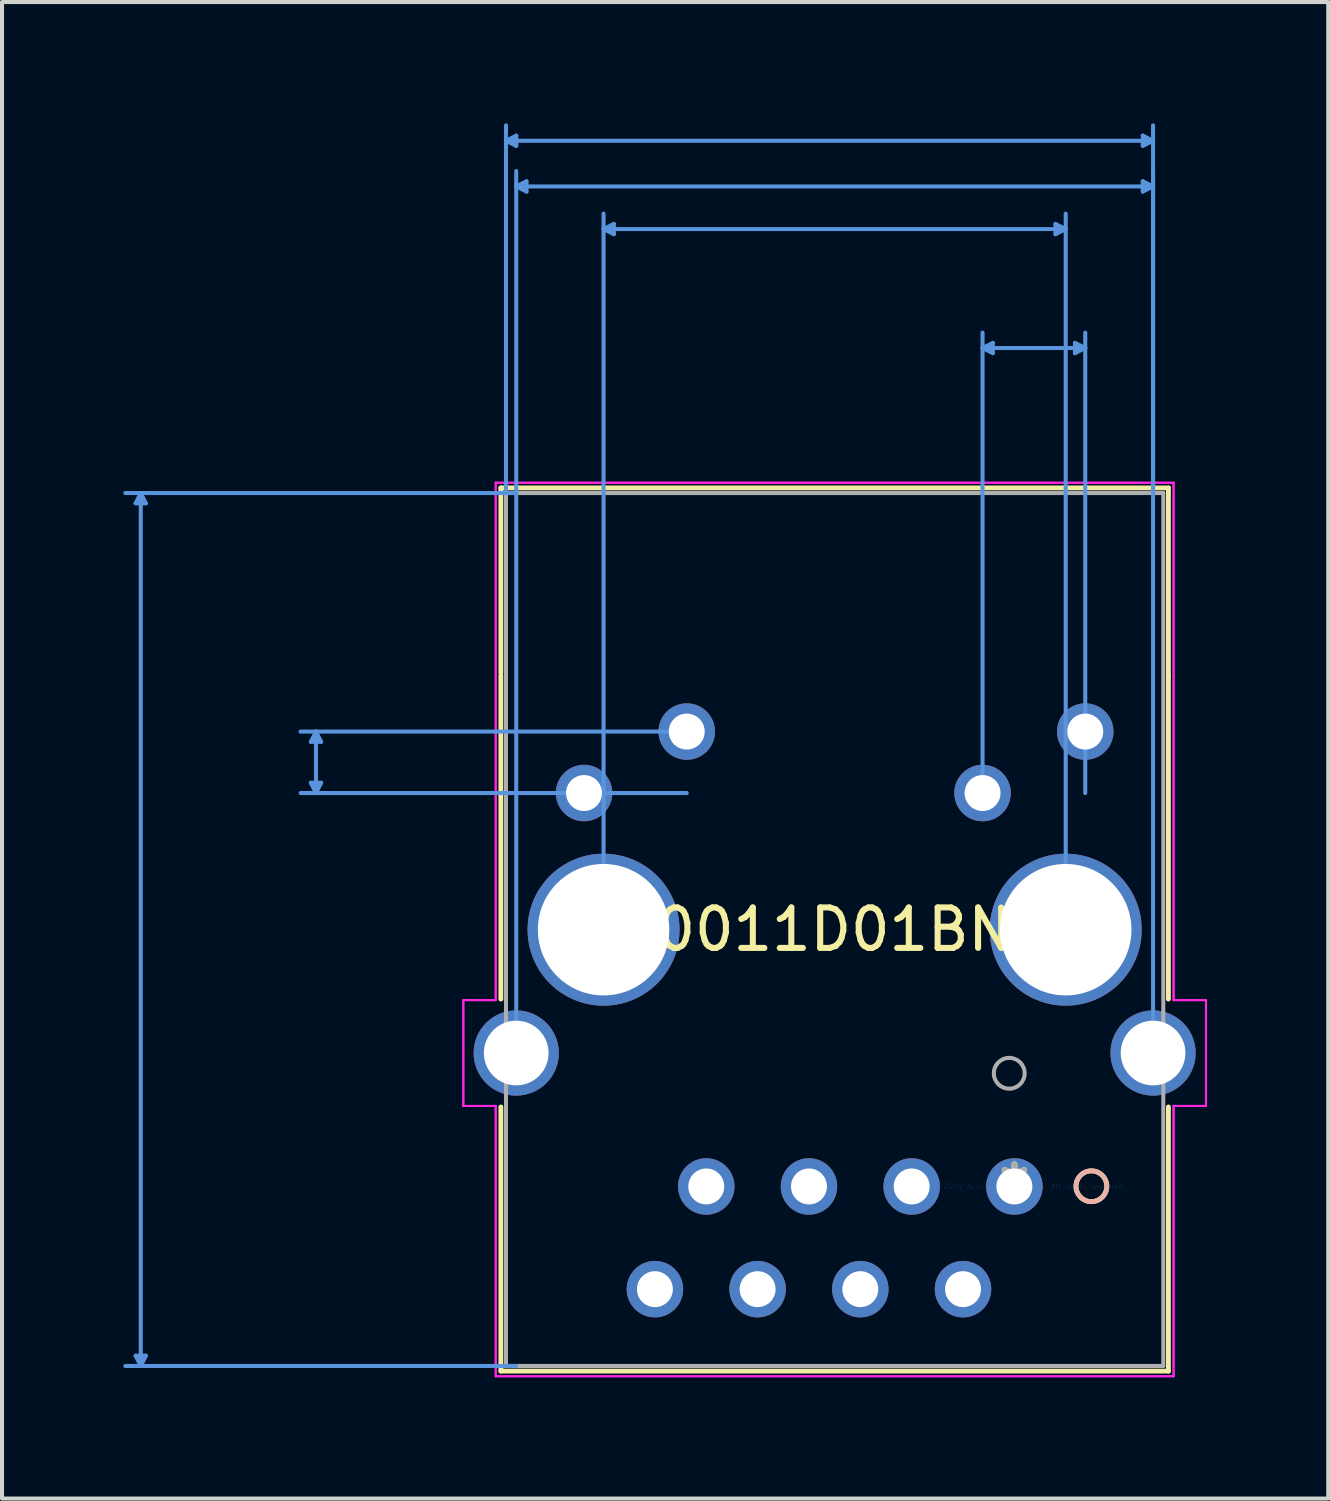
<source format=kicad_pcb>
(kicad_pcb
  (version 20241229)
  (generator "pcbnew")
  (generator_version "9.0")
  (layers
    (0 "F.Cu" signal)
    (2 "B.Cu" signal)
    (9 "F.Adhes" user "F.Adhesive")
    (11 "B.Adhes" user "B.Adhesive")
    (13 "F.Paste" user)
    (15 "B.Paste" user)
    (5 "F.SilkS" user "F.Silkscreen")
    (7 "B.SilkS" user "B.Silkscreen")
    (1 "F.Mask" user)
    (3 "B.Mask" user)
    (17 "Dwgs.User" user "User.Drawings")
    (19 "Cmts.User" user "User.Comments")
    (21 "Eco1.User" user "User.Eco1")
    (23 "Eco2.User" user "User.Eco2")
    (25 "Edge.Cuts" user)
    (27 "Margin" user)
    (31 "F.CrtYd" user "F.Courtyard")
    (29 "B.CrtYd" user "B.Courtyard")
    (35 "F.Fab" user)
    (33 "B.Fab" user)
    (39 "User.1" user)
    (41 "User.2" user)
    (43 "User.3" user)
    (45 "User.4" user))
  (footprint "J0011D01BNL"
    (layer "F.Cu")
    (at 22.037 26.293)
    (property "Reference" "J0011D01BNL" (at -4.445 -6.355 0) (layer "F.SilkS") (effects (font (size 1 1) (thickness 0.15))))
    (attr through_hole)
    (fp_line (start -12.7 -17.277) (end -12.7 -12.7) (stroke (width 0.12) (type solid)) (layer "F.SilkS"))
    (fp_line (start -12.7 -12.641) (end -12.7 -4.634) (stroke (width 0.12) (type solid)) (layer "F.SilkS"))
    (fp_line (start -12.7 -1.966) (end -12.7 4.567) (stroke (width 0.12) (type solid)) (layer "F.SilkS"))
    (fp_line (start -12.7 4.567) (end 3.81 4.567) (stroke (width 0.12) (type solid)) (layer "F.SilkS"))
    (fp_line (start 3.81 -17.277) (end -12.7 -17.277) (stroke (width 0.12) (type solid)) (layer "F.SilkS"))
    (fp_line (start 3.81 -12.641) (end 3.81 -17.277) (stroke (width 0.12) (type solid)) (layer "F.SilkS"))
    (fp_line (start 3.81 -4.634) (end 3.81 -12.641) (stroke (width 0.12) (type solid)) (layer "F.SilkS"))
    (fp_line (start 3.81 4.567) (end 3.81 -1.966) (stroke (width 0.12) (type solid)) (layer "F.SilkS"))
    (fp_circle (center 1.905 -0.005) (end 2.286 -0.005) (stroke (width 0.12) (type solid)) (fill no) (layer "F.SilkS"))
    (fp_circle (center 1.905 -0.005) (end 2.286 -0.005) (stroke (width 0.12) (type solid)) (fill no) (layer "B.SilkS"))
    (fp_line (start -21.733 4.186) (end -21.606 4.44) (stroke (width 0.1) (type solid)) (layer "Cmts.User"))
    (fp_line (start -21.733 -16.896) (end -21.606 -17.15) (stroke (width 0.1) (type solid)) (layer "Cmts.User"))
    (fp_line (start -21.733 -16.896) (end -21.479 -16.896) (stroke (width 0.1) (type solid)) (layer "Cmts.User"))
    (fp_line (start -21.606 4.44) (end -21.606 -17.15) (stroke (width 0.1) (type solid)) (layer "Cmts.User"))
    (fp_line (start -21.479 4.186) (end -21.733 4.186) (stroke (width 0.1) (type solid)) (layer "Cmts.User"))
    (fp_line (start -21.479 4.186) (end -21.606 4.44) (stroke (width 0.1) (type solid)) (layer "Cmts.User"))
    (fp_line (start -21.479 -16.896) (end -21.606 -17.15) (stroke (width 0.1) (type solid)) (layer "Cmts.User"))
    (fp_line (start -17.399 -9.984) (end -17.272 -9.73) (stroke (width 0.1) (type solid)) (layer "Cmts.User"))
    (fp_line (start -17.399 -10.996) (end -17.272 -11.25) (stroke (width 0.1) (type solid)) (layer "Cmts.User"))
    (fp_line (start -17.399 -10.996) (end -17.145 -10.996) (stroke (width 0.1) (type solid)) (layer "Cmts.User"))
    (fp_line (start -17.272 -9.73) (end -17.272 -11.25) (stroke (width 0.1) (type solid)) (layer "Cmts.User"))
    (fp_line (start -17.145 -9.984) (end -17.399 -9.984) (stroke (width 0.1) (type solid)) (layer "Cmts.User"))
    (fp_line (start -17.145 -9.984) (end -17.272 -9.73) (stroke (width 0.1) (type solid)) (layer "Cmts.User"))
    (fp_line (start -17.145 -10.996) (end -17.272 -11.25) (stroke (width 0.1) (type solid)) (layer "Cmts.User"))
    (fp_line (start -12.573 -25.862) (end 3.43 -25.862) (stroke (width 0.1) (type solid)) (layer "Cmts.User"))
    (fp_line (start -12.573 -17.15) (end -12.573 -26.243) (stroke (width 0.1) (type solid)) (layer "Cmts.User"))
    (fp_line (start -12.32 -24.732) (end 3.43 -24.732) (stroke (width 0.1) (type solid)) (layer "Cmts.User"))
    (fp_line (start -12.32 -17.15) (end -21.987 -17.15) (stroke (width 0.1) (type solid)) (layer "Cmts.User"))
    (fp_line (start -12.32 4.44) (end -21.987 4.44) (stroke (width 0.1) (type solid)) (layer "Cmts.User"))
    (fp_line (start -12.32 -3.3) (end -12.32 -25.113) (stroke (width 0.1) (type solid)) (layer "Cmts.User"))
    (fp_line (start -12.319 -25.735) (end -12.573 -25.862) (stroke (width 0.1) (type solid)) (layer "Cmts.User"))
    (fp_line (start -12.319 -25.735) (end -12.319 -25.989) (stroke (width 0.1) (type solid)) (layer "Cmts.User"))
    (fp_line (start -12.319 -25.989) (end -12.573 -25.862) (stroke (width 0.1) (type solid)) (layer "Cmts.User"))
    (fp_line (start -12.066 -24.605) (end -12.32 -24.732) (stroke (width 0.1) (type solid)) (layer "Cmts.User"))
    (fp_line (start -12.066 -24.605) (end -12.066 -24.859) (stroke (width 0.1) (type solid)) (layer "Cmts.User"))
    (fp_line (start -12.066 -24.859) (end -12.32 -24.732) (stroke (width 0.1) (type solid)) (layer "Cmts.User"))
    (fp_line (start -10.16 -23.678) (end 1.27 -23.678) (stroke (width 0.1) (type solid)) (layer "Cmts.User"))
    (fp_line (start -10.16 -6.35) (end -10.16 -24.059) (stroke (width 0.1) (type solid)) (layer "Cmts.User"))
    (fp_line (start -9.906 -23.805) (end -10.16 -23.678) (stroke (width 0.1) (type solid)) (layer "Cmts.User"))
    (fp_line (start -9.906 -23.551) (end -10.16 -23.678) (stroke (width 0.1) (type solid)) (layer "Cmts.User"))
    (fp_line (start -9.906 -23.551) (end -9.906 -23.805) (stroke (width 0.1) (type solid)) (layer "Cmts.User"))
    (fp_line (start -8.103 -11.25) (end -17.653 -11.25) (stroke (width 0.1) (type solid)) (layer "Cmts.User"))
    (fp_line (start -8.103 -9.73) (end -17.653 -9.73) (stroke (width 0.1) (type solid)) (layer "Cmts.User"))
    (fp_line (start -0.787 -20.736) (end 1.753 -20.736) (stroke (width 0.1) (type solid)) (layer "Cmts.User"))
    (fp_line (start -0.787 -9.73) (end -0.787 -21.117) (stroke (width 0.1) (type solid)) (layer "Cmts.User"))
    (fp_line (start -0.533 -20.863) (end -0.787 -20.736) (stroke (width 0.1) (type solid)) (layer "Cmts.User"))
    (fp_line (start -0.533 -20.609) (end -0.787 -20.736) (stroke (width 0.1) (type solid)) (layer "Cmts.User"))
    (fp_line (start -0.533 -20.609) (end -0.533 -20.863) (stroke (width 0.1) (type solid)) (layer "Cmts.User"))
    (fp_line (start 1.016 -23.551) (end 1.27 -23.678) (stroke (width 0.1) (type solid)) (layer "Cmts.User"))
    (fp_line (start 1.016 -23.805) (end 1.016 -23.551) (stroke (width 0.1) (type solid)) (layer "Cmts.User"))
    (fp_line (start 1.016 -23.805) (end 1.27 -23.678) (stroke (width 0.1) (type solid)) (layer "Cmts.User"))
    (fp_line (start 1.27 -6.35) (end 1.27 -24.059) (stroke (width 0.1) (type solid)) (layer "Cmts.User"))
    (fp_line (start 1.499 -20.863) (end 1.499 -20.609) (stroke (width 0.1) (type solid)) (layer "Cmts.User"))
    (fp_line (start 1.499 -20.863) (end 1.753 -20.736) (stroke (width 0.1) (type solid)) (layer "Cmts.User"))
    (fp_line (start 1.499 -20.609) (end 1.753 -20.736) (stroke (width 0.1) (type solid)) (layer "Cmts.User"))
    (fp_line (start 1.753 -9.73) (end 1.753 -21.117) (stroke (width 0.1) (type solid)) (layer "Cmts.User"))
    (fp_line (start 3.176 -24.859) (end 3.176 -24.605) (stroke (width 0.1) (type solid)) (layer "Cmts.User"))
    (fp_line (start 3.176 -24.859) (end 3.43 -24.732) (stroke (width 0.1) (type solid)) (layer "Cmts.User"))
    (fp_line (start 3.176 -24.605) (end 3.43 -24.732) (stroke (width 0.1) (type solid)) (layer "Cmts.User"))
    (fp_line (start 3.176 -25.735) (end 3.43 -25.862) (stroke (width 0.1) (type solid)) (layer "Cmts.User"))
    (fp_line (start 3.176 -25.989) (end 3.176 -25.735) (stroke (width 0.1) (type solid)) (layer "Cmts.User"))
    (fp_line (start 3.176 -25.989) (end 3.43 -25.862) (stroke (width 0.1) (type solid)) (layer "Cmts.User"))
    (fp_line (start 3.43 -3.3) (end 3.43 -25.113) (stroke (width 0.1) (type solid)) (layer "Cmts.User"))
    (fp_line (start 3.43 -17.15) (end 3.43 -26.243) (stroke (width 0.1) (type solid)) (layer "Cmts.User"))
    (fp_line (start -13.628 -4.608) (end -13.628 -1.992) (stroke (width 0.05) (type solid)) (layer "F.CrtYd"))
    (fp_line (start -13.628 -4.608) (end -13.628 -1.992) (stroke (width 0.05) (type solid)) (layer "F.CrtYd"))
    (fp_line (start -13.628 -1.992) (end -12.827 -1.992) (stroke (width 0.05) (type solid)) (layer "F.CrtYd"))
    (fp_line (start -13.628 -1.992) (end -12.827 -1.992) (stroke (width 0.05) (type solid)) (layer "F.CrtYd"))
    (fp_line (start -12.827 -17.404) (end -12.827 -4.608) (stroke (width 0.05) (type solid)) (layer "F.CrtYd"))
    (fp_line (start -12.827 -17.404) (end -12.827 -4.608) (stroke (width 0.05) (type solid)) (layer "F.CrtYd"))
    (fp_line (start -12.827 -4.608) (end -13.628 -4.608) (stroke (width 0.05) (type solid)) (layer "F.CrtYd"))
    (fp_line (start -12.827 -4.608) (end -13.628 -4.608) (stroke (width 0.05) (type solid)) (layer "F.CrtYd"))
    (fp_line (start -12.827 -1.992) (end -12.827 4.694) (stroke (width 0.05) (type solid)) (layer "F.CrtYd"))
    (fp_line (start -12.827 -1.992) (end -12.827 4.694) (stroke (width 0.05) (type solid)) (layer "F.CrtYd"))
    (fp_line (start -12.827 4.694) (end 3.937 4.694) (stroke (width 0.05) (type solid)) (layer "F.CrtYd"))
    (fp_line (start -12.827 4.694) (end 3.937 4.694) (stroke (width 0.05) (type solid)) (layer "F.CrtYd"))
    (fp_line (start 3.937 -17.404) (end -12.827 -17.404) (stroke (width 0.05) (type solid)) (layer "F.CrtYd"))
    (fp_line (start 3.937 -17.404) (end -12.827 -17.404) (stroke (width 0.05) (type solid)) (layer "F.CrtYd"))
    (fp_line (start 3.937 -4.608) (end 3.937 -17.404) (stroke (width 0.05) (type solid)) (layer "F.CrtYd"))
    (fp_line (start 3.937 -4.608) (end 3.937 -17.404) (stroke (width 0.05) (type solid)) (layer "F.CrtYd"))
    (fp_line (start 3.937 -1.992) (end 4.738 -1.992) (stroke (width 0.05) (type solid)) (layer "F.CrtYd"))
    (fp_line (start 3.937 -1.992) (end 4.738 -1.992) (stroke (width 0.05) (type solid)) (layer "F.CrtYd"))
    (fp_line (start 3.937 4.694) (end 3.937 -1.992) (stroke (width 0.05) (type solid)) (layer "F.CrtYd"))
    (fp_line (start 3.937 4.694) (end 3.937 -1.992) (stroke (width 0.05) (type solid)) (layer "F.CrtYd"))
    (fp_line (start 4.738 -4.608) (end 3.937 -4.608) (stroke (width 0.05) (type solid)) (layer "F.CrtYd"))
    (fp_line (start 4.738 -4.608) (end 3.937 -4.608) (stroke (width 0.05) (type solid)) (layer "F.CrtYd"))
    (fp_line (start 4.738 -1.992) (end 4.738 -4.608) (stroke (width 0.05) (type solid)) (layer "F.CrtYd"))
    (fp_line (start 4.738 -1.992) (end 4.738 -4.608) (stroke (width 0.05) (type solid)) (layer "F.CrtYd"))
    (fp_line (start -12.573 -17.15) (end -12.573 4.44) (stroke (width 0.1) (type solid)) (layer "F.Fab"))
    (fp_line (start -12.573 4.44) (end 3.683 4.44) (stroke (width 0.1) (type solid)) (layer "F.Fab"))
    (fp_line (start 3.683 -17.15) (end -12.573 -17.15) (stroke (width 0.1) (type solid)) (layer "F.Fab"))
    (fp_line (start 3.683 4.44) (end 3.683 -17.15) (stroke (width 0.1) (type solid)) (layer "F.Fab"))
    (fp_circle (center -0.127 -2.799) (end 0.254 -2.799) (stroke (width 0.1) (type solid)) (fill no) (layer "F.Fab"))
    (fp_text user "*" (at 0 0 0) (layer "F.SilkS") (effects (font (size 1 1) (thickness 0.15))))
    (fp_text user "Copyright 2021 Accelerated Designs. All rights reserved." (at 0 0 0) (layer "Cmts.User") (effects (font (size 0.127 0.127) (thickness 0.002))))
    (fp_text user "*" (at 0 0 0) (layer "F.Fab") (effects (font (size 1 1) (thickness 0.15))))
    (pad "1" thru_hole circle (at 0 0) (size 1.397 1.397) (drill 0.889) (layers "*.Cu" "*.Mask"))
    (pad "2" thru_hole circle (at -1.27 2.54) (size 1.397 1.397) (drill 0.889) (layers "*.Cu" "*.Mask"))
    (pad "3" thru_hole circle (at -2.54 0) (size 1.397 1.397) (drill 0.889) (layers "*.Cu" "*.Mask"))
    (pad "4" thru_hole circle (at -3.81 2.54) (size 1.397 1.397) (drill 0.889) (layers "*.Cu" "*.Mask"))
    (pad "5" thru_hole circle (at -5.08 0) (size 1.397 1.397) (drill 0.889) (layers "*.Cu" "*.Mask"))
    (pad "6" thru_hole circle (at -6.35 2.54) (size 1.397 1.397) (drill 0.889) (layers "*.Cu" "*.Mask"))
    (pad "7" thru_hole circle (at -7.62 0) (size 1.397 1.397) (drill 0.889) (layers "*.Cu" "*.Mask"))
    (pad "8" thru_hole circle (at -8.89 2.54) (size 1.397 1.397) (drill 0.889) (layers "*.Cu" "*.Mask"))
    (pad "9" thru_hole circle (at 1.753 -11.25) (size 1.397 1.397) (drill 0.889) (layers "*.Cu" "*.Mask"))
    (pad "10" thru_hole circle (at -0.787 -9.73) (size 1.397 1.397) (drill 0.889) (layers "*.Cu" "*.Mask"))
    (pad "11" thru_hole circle (at -8.103 -11.25) (size 1.397 1.397) (drill 0.889) (layers "*.Cu" "*.Mask"))
    (pad "12" thru_hole circle (at -10.643 -9.73) (size 1.397 1.397) (drill 0.889) (layers "*.Cu" "*.Mask"))
    (pad "13" thru_hole circle (at -10.16 -6.35 90) (size 3.759 3.759) (drill 3.251) (layers "*.Cu" "*.Mask"))
    (pad "14" thru_hole circle (at 1.27 -6.35 90) (size 3.759 3.759) (drill 3.251) (layers "*.Cu" "*.Mask"))
    (pad "15" thru_hole circle (at -12.32 -3.3 90) (size 2.108 2.108) (drill 1.6) (layers "*.Cu" "*.Mask"))
    (pad "16" thru_hole circle (at 3.43 -3.3 90) (size 2.108 2.108) (drill 1.6) (layers "*.Cu" "*.Mask")))
  (gr_rect
    (start -3 -3)
    (end 29.8 34.012)
    (stroke (width 0.1) (type default))
    (fill no)
    (layer "Edge.Cuts")))
</source>
